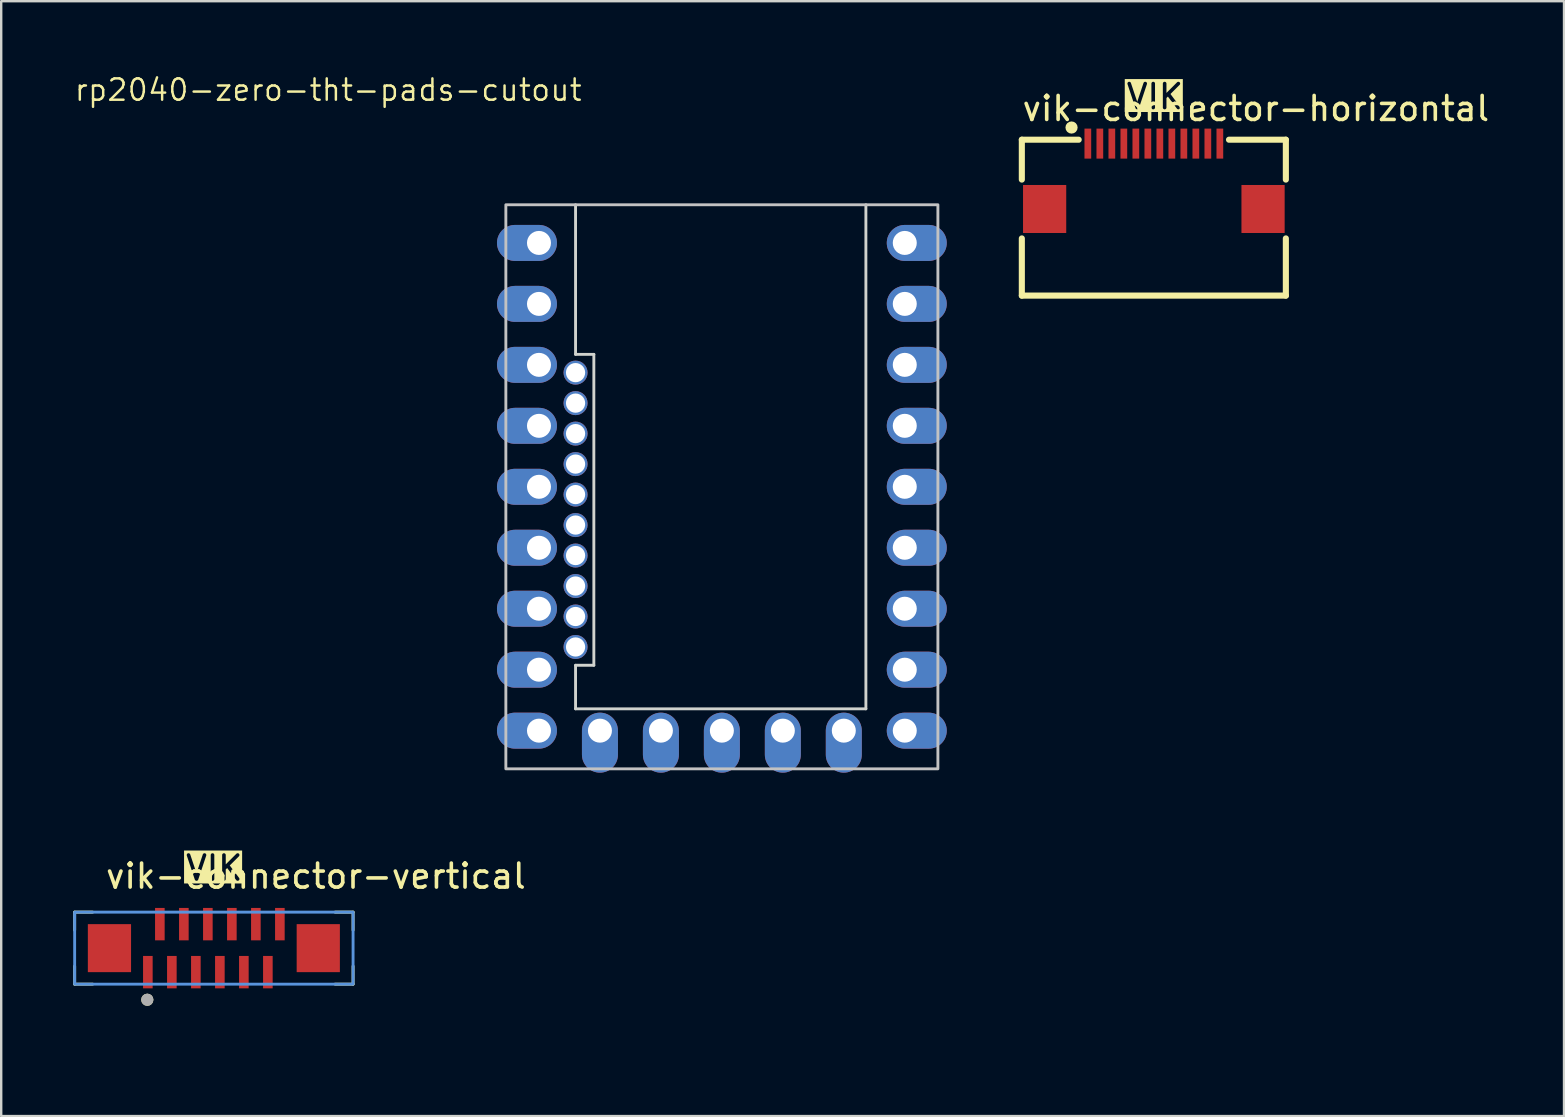
<source format=kicad_pcb>
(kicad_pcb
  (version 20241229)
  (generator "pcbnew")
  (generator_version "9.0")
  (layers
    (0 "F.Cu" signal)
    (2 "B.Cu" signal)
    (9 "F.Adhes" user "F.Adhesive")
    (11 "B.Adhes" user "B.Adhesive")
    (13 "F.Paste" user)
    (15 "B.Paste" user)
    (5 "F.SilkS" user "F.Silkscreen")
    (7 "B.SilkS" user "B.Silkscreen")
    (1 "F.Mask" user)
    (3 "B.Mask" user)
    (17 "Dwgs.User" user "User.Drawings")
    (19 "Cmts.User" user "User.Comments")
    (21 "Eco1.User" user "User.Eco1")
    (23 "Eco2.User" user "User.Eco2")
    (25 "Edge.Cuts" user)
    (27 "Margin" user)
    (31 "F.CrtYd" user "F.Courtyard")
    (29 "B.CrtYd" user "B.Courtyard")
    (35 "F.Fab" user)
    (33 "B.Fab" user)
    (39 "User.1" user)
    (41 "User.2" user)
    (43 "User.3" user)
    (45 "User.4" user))
  (footprint "vik-connector-horizontal"
    (layer "F.Cu")
    (at 45.022 4.971)
    (property "Reference" "vik-connector-horizontal" (at 4.25 -3.5 0) (unlocked yes) (layer "F.SilkS") (effects (font (size 1 1) (thickness 0.15))))
    (attr smd)
    (fp_line (start -5.5 -2.2) (end -3.131 -2.2) (stroke (width 0.254) (type solid)) (layer "F.SilkS"))
    (fp_line (start -5.5 -0.539) (end -5.5 -2.2) (stroke (width 0.254) (type solid)) (layer "F.SilkS"))
    (fp_line (start -5.5 4.295) (end -5.5 1.912) (stroke (width 0.254) (type solid)) (layer "F.SilkS"))
    (fp_line (start 5.5 -2.2) (end 3.131 -2.2) (stroke (width 0.254) (type solid)) (layer "F.SilkS"))
    (fp_line (start 5.5 -0.539) (end 5.5 -2.2) (stroke (width 0.254) (type solid)) (layer "F.SilkS"))
    (fp_line (start 5.5 4.295) (end -5.5 4.295) (stroke (width 0.254) (type solid)) (layer "F.SilkS"))
    (fp_line (start 5.5 4.295) (end 5.5 1.912) (stroke (width 0.254) (type solid)) (layer "F.SilkS"))
    (fp_circle (center -3.429 -2.708) (end -3.302 -2.708) (stroke (width 0.254) (type solid)) (fill no) (layer "F.SilkS"))
    (fp_text user "VIK" (at -1.22 -3.41 0) (unlocked yes) (layer "F.SilkS" knockout) (effects (font (size 1 1) (thickness 0.15)) (justify left bottom)))
    (fp_text user "C479750" (at 0 0.75 0) (layer "User.2") (effects (font (size 1 1) (thickness 0.15))))
    (pad "1" smd rect (at -2.75 -2.038) (size 0.28 1.25) (layers "F.Cu" "F.Mask" "F.Paste"))
    (pad "2" smd rect (at -2.25 -2.038) (size 0.28 1.25) (layers "F.Cu" "F.Mask" "F.Paste"))
    (pad "3" smd rect (at -1.75 -2.038) (size 0.28 1.25) (layers "F.Cu" "F.Mask" "F.Paste"))
    (pad "4" smd rect (at -1.25 -2.038) (size 0.28 1.25) (layers "F.Cu" "F.Mask" "F.Paste"))
    (pad "5" smd rect (at -0.75 -2.038) (size 0.28 1.25) (layers "F.Cu" "F.Mask" "F.Paste"))
    (pad "6" smd rect (at -0.25 -2.038) (size 0.28 1.25) (layers "F.Cu" "F.Mask" "F.Paste"))
    (pad "7" smd rect (at 0.25 -2.038) (size 0.28 1.25) (layers "F.Cu" "F.Mask" "F.Paste"))
    (pad "8" smd rect (at 0.75 -2.038) (size 0.28 1.25) (layers "F.Cu" "F.Mask" "F.Paste"))
    (pad "9" smd rect (at 1.25 -2.038) (size 0.28 1.25) (layers "F.Cu" "F.Mask" "F.Paste"))
    (pad "10" smd rect (at 1.75 -2.038) (size 0.28 1.25) (layers "F.Cu" "F.Mask" "F.Paste"))
    (pad "11" smd rect (at 2.25 -2.038) (size 0.28 1.25) (layers "F.Cu" "F.Mask" "F.Paste"))
    (pad "12" smd rect (at 2.75 -2.038) (size 0.28 1.25) (layers "F.Cu" "F.Mask" "F.Paste"))
    (pad "13" smd rect (at 4.55 0.686) (size 1.8 2) (layers "F.Cu" "F.Mask" "F.Paste"))
    (pad "14" smd rect (at -4.55 0.686) (size 1.8 2) (layers "F.Cu" "F.Mask" "F.Paste")))
  (footprint "vik-connector-vertical"
    (layer "F.Cu")
    (at 5.86 36.452)
    (property "Reference" "vik-connector-vertical" (at 4.25 -3 0) (unlocked yes) (layer "F.SilkS") (effects (font (size 1 1) (thickness 0.15))))
    (attr smd)
    (fp_line (start -5.8 -1.5) (end -5.8 -0.75) (stroke (width 0.12) (type default)) (layer "F.SilkS"))
    (fp_line (start -5.8 -1.5) (end -5.05 -1.5) (stroke (width 0.12) (type default)) (layer "F.SilkS"))
    (fp_line (start -5.8 1.5) (end -5.8 0.75) (stroke (width 0.12) (type default)) (layer "F.SilkS"))
    (fp_line (start -5.8 1.5) (end -5.05 1.5) (stroke (width 0.12) (type default)) (layer "F.SilkS"))
    (fp_line (start 5.8 -1.5) (end 5.05 -1.5) (stroke (width 0.12) (type default)) (layer "F.SilkS"))
    (fp_line (start 5.8 -1.5) (end 5.8 -0.75) (stroke (width 0.12) (type default)) (layer "F.SilkS"))
    (fp_line (start 5.8 1.5) (end 5.05 1.5) (stroke (width 0.12) (type default)) (layer "F.SilkS"))
    (fp_line (start 5.8 1.5) (end 5.8 0.75) (stroke (width 0.12) (type default)) (layer "F.SilkS"))
    (fp_circle (center -2.773 2.15) (end -2.646 2.15) (stroke (width 0.254) (type solid)) (fill no) (layer "F.SilkS"))
    (fp_rect (start -5.8 -1.5) (end 5.8 1.5) (stroke (width 0.12) (type default)) (fill no) (layer "Cmts.User"))
    (fp_circle (center -2.773 2.15) (end -2.646 2.15) (stroke (width 0.254) (type solid)) (fill no) (layer "F.Fab"))
    (fp_text user "VIK" (at -1.25 -2.75 0) (unlocked yes) (layer "F.SilkS" knockout) (effects (font (size 1 1) (thickness 0.15)) (justify left bottom)))
    (fp_text user " C262499" (at -4 3.75 0) (unlocked yes) (layer "User.2") (effects (font (size 1 1) (thickness 0.15)) (justify left bottom)))
    (pad "" smd rect (at -4.35 0) (size 1.8 2) (layers "F.Cu" "F.Mask" "F.Paste"))
    (pad "" smd rect (at 4.35 0) (size 1.8 2) (layers "F.Cu" "F.Mask" "F.Paste"))
    (pad "1" smd rect (at -2.75 1) (size 0.4 1.35) (layers "F.Cu" "F.Mask" "F.Paste"))
    (pad "2" smd rect (at -2.25 -1) (size 0.4 1.35) (layers "F.Cu" "F.Mask" "F.Paste"))
    (pad "3" smd rect (at -1.75 1) (size 0.4 1.35) (layers "F.Cu" "F.Mask" "F.Paste"))
    (pad "4" smd rect (at -1.25 -1) (size 0.4 1.35) (layers "F.Cu" "F.Mask" "F.Paste"))
    (pad "5" smd rect (at -0.75 1) (size 0.4 1.35) (layers "F.Cu" "F.Mask" "F.Paste"))
    (pad "6" smd rect (at -0.25 -1) (size 0.4 1.35) (layers "F.Cu" "F.Mask" "F.Paste"))
    (pad "7" smd rect (at 0.25 1) (size 0.4 1.35) (layers "F.Cu" "F.Mask" "F.Paste"))
    (pad "8" smd rect (at 0.75 -1) (size 0.4 1.35) (layers "F.Cu" "F.Mask" "F.Paste"))
    (pad "9" smd rect (at 1.25 1) (size 0.4 1.35) (layers "F.Cu" "F.Mask" "F.Paste"))
    (pad "10" smd rect (at 1.75 -1) (size 0.4 1.35) (layers "F.Cu" "F.Mask" "F.Paste"))
    (pad "11" smd rect (at 2.25 1) (size 0.4 1.35) (layers "F.Cu" "F.Mask" "F.Paste"))
    (pad "12" smd rect (at 2.75 -1) (size 0.4 1.35) (layers "F.Cu" "F.Mask" "F.Paste")))
  (footprint "rp2040-zero-tht-pads-cutout"
    (layer "F.Cu")
    (at 27.025 17.231)
    (property "Reference" "rp2040-zero-tht-pads-cutout" (at -16.399 -16.533 0) (layer "F.SilkS") (effects (font (size 0.889 0.889) (thickness 0.102))))
    (attr through_hole exclude_from_pos_files)
    (fp_rect (start -9 -11.75) (end 9 11.75) (stroke (width 0.12) (type solid)) (fill no) (layer "Dwgs.User"))
    (fp_line (start -6.096 -5.518) (end -6.096 -11.75) (stroke (width 0.12) (type solid)) (layer "Edge.Cuts"))
    (fp_line (start -6.096 7.436) (end -5.334 7.436) (stroke (width 0.12) (type solid)) (layer "Edge.Cuts"))
    (fp_line (start -6.096 9.25) (end -6.096 7.436) (stroke (width 0.12) (type solid)) (layer "Edge.Cuts"))
    (fp_line (start -6.096 9.25) (end 6 9.25) (stroke (width 0.12) (type solid)) (layer "Edge.Cuts"))
    (fp_line (start -5.334 -5.518) (end -6.096 -5.518) (stroke (width 0.12) (type solid)) (layer "Edge.Cuts"))
    (fp_line (start -5.334 7.436) (end -5.334 -5.518) (stroke (width 0.12) (type solid)) (layer "Edge.Cuts"))
    (fp_line (start 6 9.25) (end 6 -11.75) (stroke (width 0.12) (type solid)) (layer "Edge.Cuts"))
    (pad "1" thru_hole oval (at 7.62 -10.16 180) (size 2.5 1.5) (drill 1 (offset -0.5 0)) (layers "*.Cu" "*.Mask"))
    (pad "2" thru_hole oval (at 7.62 -7.62 180) (size 2.5 1.5) (drill 1 (offset -0.5 0)) (layers "*.Cu" "*.Mask"))
    (pad "3" thru_hole oval (at 7.62 -5.08 180) (size 2.5 1.5) (drill 1 (offset -0.5 0)) (layers "*.Cu" "*.Mask"))
    (pad "4" thru_hole oval (at 7.62 -2.54 180) (size 2.5 1.5) (drill 1 (offset -0.5 0)) (layers "*.Cu" "*.Mask"))
    (pad "5" thru_hole oval (at 7.62 0 180) (size 2.5 1.5) (drill 1 (offset -0.5 0)) (layers "*.Cu" "*.Mask"))
    (pad "6" thru_hole oval (at 7.62 2.54 180) (size 2.5 1.5) (drill 1 (offset -0.5 0)) (layers "*.Cu" "*.Mask"))
    (pad "7" thru_hole oval (at 7.62 5.08 180) (size 2.5 1.5) (drill 1 (offset -0.5 0)) (layers "*.Cu" "*.Mask"))
    (pad "8" thru_hole oval (at 7.62 7.62 180) (size 2.5 1.5) (drill 1 (offset -0.5 0)) (layers "*.Cu" "*.Mask"))
    (pad "9" thru_hole oval (at 7.62 10.16 180) (size 2.5 1.5) (drill 1 (offset -0.5 0)) (layers "*.Cu" "*.Mask"))
    (pad "10" thru_hole oval (at 5.08 10.16 90) (size 2.5 1.5) (drill 1 (offset -0.5 0)) (layers "*.Cu" "*.Mask"))
    (pad "11" thru_hole oval (at 2.54 10.16 90) (size 2.5 1.5) (drill 1 (offset -0.5 0)) (layers "*.Cu" "*.Mask"))
    (pad "12" thru_hole oval (at 0 10.16 90) (size 2.5 1.5) (drill 1 (offset -0.5 0)) (layers "*.Cu" "*.Mask"))
    (pad "13" thru_hole oval (at -2.54 10.16 90) (size 2.5 1.5) (drill 1 (offset -0.5 0)) (layers "*.Cu" "*.Mask"))
    (pad "14" thru_hole oval (at -5.08 10.16 90) (size 2.5 1.5) (drill 1 (offset -0.5 0)) (layers "*.Cu" "*.Mask"))
    (pad "15" thru_hole oval (at -7.62 10.16) (size 2.5 1.5) (drill 1 (offset -0.5 0)) (layers "*.Cu" "*.Mask"))
    (pad "16" thru_hole oval (at -7.62 7.62) (size 2.5 1.5) (drill 1 (offset -0.5 0)) (layers "*.Cu" "*.Mask"))
    (pad "17" thru_hole oval (at -7.62 5.08) (size 2.5 1.5) (drill 1 (offset -0.5 0)) (layers "*.Cu" "*.Mask"))
    (pad "18" thru_hole oval (at -7.62 2.54) (size 2.5 1.5) (drill 1 (offset -0.5 0)) (layers "*.Cu" "*.Mask"))
    (pad "19" thru_hole oval (at -7.62 0) (size 2.5 1.5) (drill 1 (offset -0.5 0)) (layers "*.Cu" "*.Mask"))
    (pad "20" thru_hole oval (at -7.62 -2.54) (size 2.5 1.5) (drill 1 (offset -0.5 0)) (layers "*.Cu" "*.Mask"))
    (pad "21" thru_hole oval (at -7.62 -5.08) (size 2.5 1.5) (drill 1 (offset -0.5 0)) (layers "*.Cu" "*.Mask"))
    (pad "22" thru_hole oval (at -7.62 -7.62) (size 2.5 1.5) (drill 1 (offset -0.5 0)) (layers "*.Cu" "*.Mask"))
    (pad "23" thru_hole oval (at -7.62 -10.16) (size 2.5 1.5) (drill 1 (offset -0.5 0)) (layers "*.Cu" "*.Mask"))
    (pad "24" thru_hole circle (at -6.096 6.674) (size 1 1) (drill 0.8) (layers "*.Cu" "*.Mask"))
    (pad "25" thru_hole circle (at -6.096 5.404) (size 1 1) (drill 0.8) (layers "*.Cu" "*.Mask"))
    (pad "26" thru_hole circle (at -6.096 4.134) (size 1 1) (drill 0.8) (layers "*.Cu" "*.Mask"))
    (pad "27" thru_hole circle (at -6.096 2.864) (size 1 1) (drill 0.8) (layers "*.Cu" "*.Mask"))
    (pad "28" thru_hole circle (at -6.096 1.594) (size 1 1) (drill 0.8) (layers "*.Cu" "*.Mask"))
    (pad "29" thru_hole circle (at -6.096 0.324) (size 1 1) (drill 0.8) (layers "*.Cu" "*.Mask"))
    (pad "30" thru_hole circle (at -6.096 -0.946) (size 1 1) (drill 0.8) (layers "*.Cu" "*.Mask"))
    (pad "31" thru_hole circle (at -6.096 -2.216) (size 1 1) (drill 0.8) (layers "*.Cu" "*.Mask"))
    (pad "32" thru_hole circle (at -6.096 -3.486) (size 1 1) (drill 0.8) (layers "*.Cu" "*.Mask"))
    (pad "33" thru_hole circle (at -6.096 -4.756) (size 1 1) (drill 0.8) (layers "*.Cu" "*.Mask")))
  (gr_rect
    (start -3 -3)
    (end 62.111 43.449)
    (stroke (width 0.1) (type default))
    (fill no)
    (layer "Edge.Cuts")))
</source>
